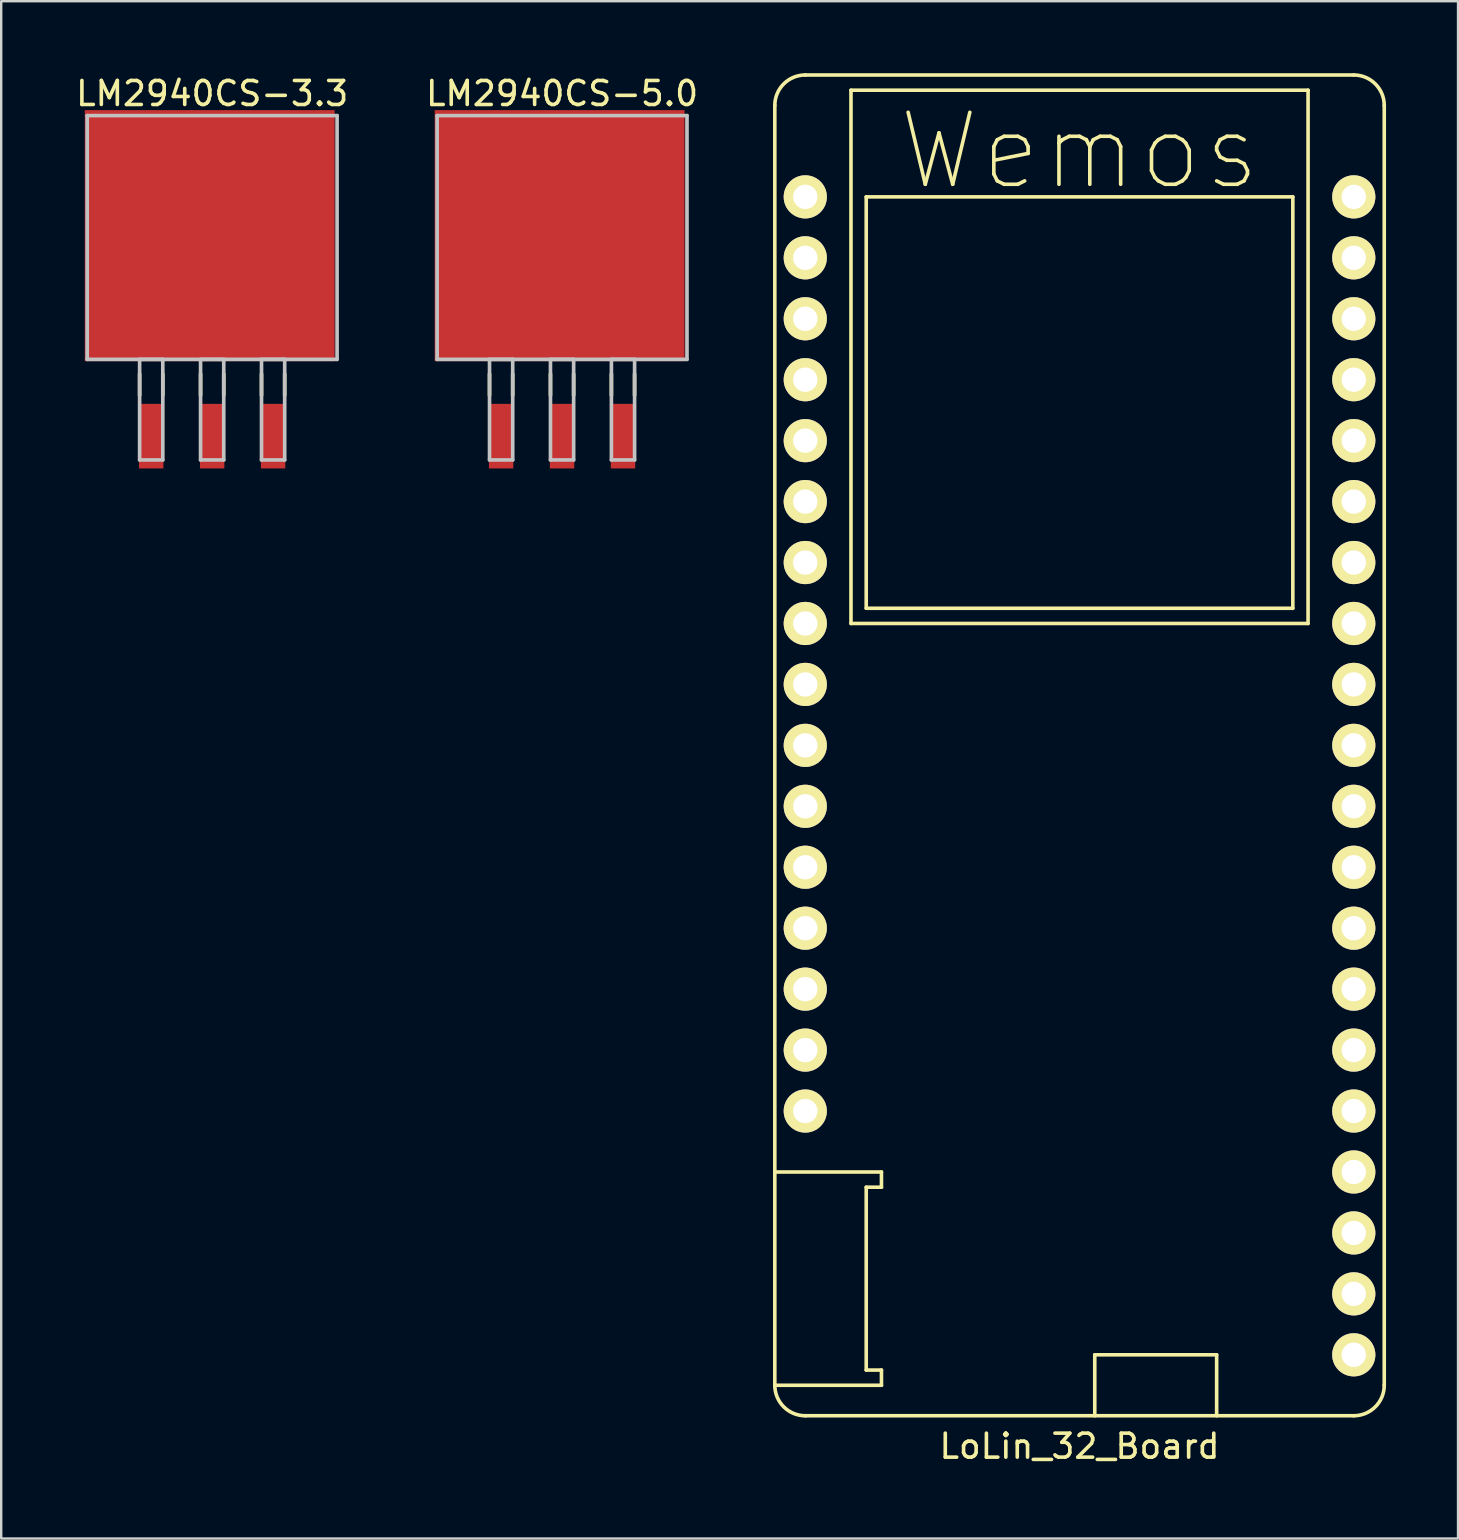
<source format=kicad_pcb>
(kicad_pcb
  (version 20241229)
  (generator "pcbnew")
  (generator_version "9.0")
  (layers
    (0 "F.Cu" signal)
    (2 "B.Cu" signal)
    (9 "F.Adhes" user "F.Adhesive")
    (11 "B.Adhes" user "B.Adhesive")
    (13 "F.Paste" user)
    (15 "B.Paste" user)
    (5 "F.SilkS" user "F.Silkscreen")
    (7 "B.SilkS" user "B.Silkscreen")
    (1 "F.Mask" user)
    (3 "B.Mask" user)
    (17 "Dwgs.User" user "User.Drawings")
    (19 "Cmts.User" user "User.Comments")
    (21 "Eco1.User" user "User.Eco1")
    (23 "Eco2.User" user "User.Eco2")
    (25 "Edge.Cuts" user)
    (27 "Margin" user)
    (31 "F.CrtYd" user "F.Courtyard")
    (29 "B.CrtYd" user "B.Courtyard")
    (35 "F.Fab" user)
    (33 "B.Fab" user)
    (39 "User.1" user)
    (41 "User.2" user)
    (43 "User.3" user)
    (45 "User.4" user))
  (footprint "LM2940CS-5.0"
    (layer "F.Cu")
    (at 20.375 6.848)
    (property "Reference" "LM2940CS-5.0" (at 0 -6 180) (layer "F.SilkS") (effects (font (size 1 1) (thickness 0.15))))
    (attr smd)
    (fp_line (start -3.023 5.69) (end -3.023 6.579) (stroke (width 0.152) (type solid)) (layer "F.SilkS"))
    (fp_line (start -2.057 5.69) (end -2.057 6.579) (stroke (width 0.152) (type solid)) (layer "F.SilkS"))
    (fp_line (start -0.483 5.69) (end -0.483 6.579) (stroke (width 0.152) (type solid)) (layer "F.SilkS"))
    (fp_line (start 0.483 5.69) (end 0.483 6.579) (stroke (width 0.152) (type solid)) (layer "F.SilkS"))
    (fp_line (start 2.057 5.69) (end 2.057 6.579) (stroke (width 0.152) (type solid)) (layer "F.SilkS"))
    (fp_line (start 3.023 5.69) (end 3.023 6.579) (stroke (width 0.152) (type solid)) (layer "F.SilkS"))
    (fp_line (start -5.207 -5.08) (end -5.207 5.08) (stroke (width 0.152) (type solid)) (layer "Dwgs.User"))
    (fp_line (start -5.207 5.08) (end 5.207 5.08) (stroke (width 0.152) (type solid)) (layer "Dwgs.User"))
    (fp_line (start -3.023 5.08) (end -3.023 9.271) (stroke (width 0.152) (type solid)) (layer "Dwgs.User"))
    (fp_line (start -3.023 9.271) (end -2.057 9.271) (stroke (width 0.152) (type solid)) (layer "Dwgs.User"))
    (fp_line (start -2.057 5.08) (end -3.023 5.08) (stroke (width 0.152) (type solid)) (layer "Dwgs.User"))
    (fp_line (start -2.057 9.271) (end -2.057 5.08) (stroke (width 0.152) (type solid)) (layer "Dwgs.User"))
    (fp_line (start -0.483 5.08) (end -0.483 9.271) (stroke (width 0.152) (type solid)) (layer "Dwgs.User"))
    (fp_line (start -0.483 9.271) (end 0.483 9.271) (stroke (width 0.152) (type solid)) (layer "Dwgs.User"))
    (fp_line (start 0.483 5.08) (end -0.483 5.08) (stroke (width 0.152) (type solid)) (layer "Dwgs.User"))
    (fp_line (start 0.483 9.271) (end 0.483 5.08) (stroke (width 0.152) (type solid)) (layer "Dwgs.User"))
    (fp_line (start 2.057 5.08) (end 2.057 9.271) (stroke (width 0.152) (type solid)) (layer "Dwgs.User"))
    (fp_line (start 2.057 9.271) (end 3.023 9.271) (stroke (width 0.152) (type solid)) (layer "Dwgs.User"))
    (fp_line (start 3.023 5.08) (end 2.057 5.08) (stroke (width 0.152) (type solid)) (layer "Dwgs.User"))
    (fp_line (start 3.023 9.271) (end 3.023 5.08) (stroke (width 0.152) (type solid)) (layer "Dwgs.User"))
    (fp_line (start 5.207 -5.08) (end -5.207 -5.08) (stroke (width 0.152) (type solid)) (layer "Dwgs.User"))
    (fp_line (start 5.207 5.08) (end 5.207 -5.08) (stroke (width 0.152) (type solid)) (layer "Dwgs.User"))
    (pad "1" smd rect (at -2.54 8.28) (size 1.016 2.692) (layers "F.Cu" "F.Mask" "F.Paste"))
    (pad "2" smd rect (at 0 8.28) (size 1.016 2.692) (layers "F.Cu" "F.Mask" "F.Paste"))
    (pad "3" smd rect (at 2.54 8.28) (size 1.016 2.692) (layers "F.Cu" "F.Mask" "F.Paste"))
    (pad "4" smd rect (at -0.102 -0.076) (size 10.414 10.465) (layers "F.Cu" "F.Mask" "F.Paste")))
  (footprint "LoLin_32_Board"
    (layer "F.Cu")
    (at 41.942 29.285)
    (property "Reference" "LoLin_32_Board" (at 0 27.94 0) (layer "F.SilkS") (effects (font (size 1 1) (thickness 0.15))))
    (attr through_hole)
    (fp_line (start -12.7 -27.94) (end -12.7 25.4) (stroke (width 0.15) (type solid)) (layer "F.SilkS"))
    (fp_line (start -12.7 16.51) (end -8.255 16.51) (stroke (width 0.15) (type solid)) (layer "F.SilkS"))
    (fp_line (start -11.43 -29.21) (end 11.43 -29.21) (stroke (width 0.15) (type solid)) (layer "F.SilkS"))
    (fp_line (start -11.43 26.67) (end 11.43 26.67) (stroke (width 0.15) (type solid)) (layer "F.SilkS"))
    (fp_line (start -9.525 -28.575) (end -9.525 -6.35) (stroke (width 0.15) (type solid)) (layer "F.SilkS"))
    (fp_line (start -9.525 -6.35) (end 9.525 -6.35) (stroke (width 0.15) (type solid)) (layer "F.SilkS"))
    (fp_line (start -8.89 -24.13) (end -8.89 -6.985) (stroke (width 0.15) (type solid)) (layer "F.SilkS"))
    (fp_line (start -8.89 -6.985) (end 8.89 -6.985) (stroke (width 0.15) (type solid)) (layer "F.SilkS"))
    (fp_line (start -8.89 17.145) (end -8.89 24.765) (stroke (width 0.15) (type solid)) (layer "F.SilkS"))
    (fp_line (start -8.89 24.765) (end -8.255 24.765) (stroke (width 0.15) (type solid)) (layer "F.SilkS"))
    (fp_line (start -8.255 16.51) (end -8.255 17.145) (stroke (width 0.15) (type solid)) (layer "F.SilkS"))
    (fp_line (start -8.255 17.145) (end -8.89 17.145) (stroke (width 0.15) (type solid)) (layer "F.SilkS"))
    (fp_line (start -8.255 24.765) (end -8.255 25.4) (stroke (width 0.15) (type solid)) (layer "F.SilkS"))
    (fp_line (start -8.255 25.4) (end -12.7 25.4) (stroke (width 0.15) (type solid)) (layer "F.SilkS"))
    (fp_line (start 0.635 24.13) (end 5.715 24.13) (stroke (width 0.15) (type solid)) (layer "F.SilkS"))
    (fp_line (start 0.635 26.67) (end 0.635 24.13) (stroke (width 0.15) (type solid)) (layer "F.SilkS"))
    (fp_line (start 5.715 24.13) (end 5.715 26.67) (stroke (width 0.15) (type solid)) (layer "F.SilkS"))
    (fp_line (start 8.89 -24.13) (end -8.89 -24.13) (stroke (width 0.15) (type solid)) (layer "F.SilkS"))
    (fp_line (start 8.89 -6.985) (end 8.89 -24.13) (stroke (width 0.15) (type solid)) (layer "F.SilkS"))
    (fp_line (start 9.525 -28.575) (end -9.525 -28.575) (stroke (width 0.15) (type solid)) (layer "F.SilkS"))
    (fp_line (start 9.525 -6.35) (end 9.525 -28.575) (stroke (width 0.15) (type solid)) (layer "F.SilkS"))
    (fp_line (start 12.7 -27.94) (end 12.7 25.4) (stroke (width 0.15) (type solid)) (layer "F.SilkS"))
    (fp_arc (start -12.7 -27.94) (mid -12.328026 -28.838026) (end -11.43 -29.21) (stroke (width 0.15) (type solid)) (layer "F.SilkS"))
    (fp_arc (start -11.43 26.67) (mid -12.328026 26.298026) (end -12.7 25.4) (stroke (width 0.15) (type solid)) (layer "F.SilkS"))
    (fp_arc (start 11.43 -29.21) (mid 12.328026 -28.838026) (end 12.7 -27.94) (stroke (width 0.15) (type solid)) (layer "F.SilkS"))
    (fp_arc (start 12.7 25.4) (mid 12.328026 26.298026) (end 11.43 26.67) (stroke (width 0.15) (type solid)) (layer "F.SilkS"))
    (fp_text user "Wemos" (at 0 -26.035 0) (layer "F.SilkS") (effects (font (size 3 3) (thickness 0.15))))
    (pad "1" thru_hole circle (at -11.43 -24.13) (size 1.8 1.8) (drill 1.016) (layers "*.Cu" "*.Mask" "F.SilkS"))
    (pad "2" thru_hole circle (at -11.43 -21.59) (size 1.8 1.8) (drill 1.016) (layers "*.Cu" "*.Mask" "F.SilkS"))
    (pad "3" thru_hole circle (at -11.43 -19.05) (size 1.8 1.8) (drill 1.016) (layers "*.Cu" "*.Mask" "F.SilkS"))
    (pad "4" thru_hole circle (at -11.43 -16.51) (size 1.8 1.8) (drill 1.016) (layers "*.Cu" "*.Mask" "F.SilkS"))
    (pad "5" thru_hole circle (at -11.43 -13.97) (size 1.8 1.8) (drill 1.016) (layers "*.Cu" "*.Mask" "F.SilkS"))
    (pad "6" thru_hole circle (at -11.43 -11.43) (size 1.8 1.8) (drill 1.016) (layers "*.Cu" "*.Mask" "F.SilkS"))
    (pad "7" thru_hole circle (at -11.43 -8.89) (size 1.8 1.8) (drill 1.016) (layers "*.Cu" "*.Mask" "F.SilkS"))
    (pad "8" thru_hole circle (at -11.43 -6.35) (size 1.8 1.8) (drill 1.016) (layers "*.Cu" "*.Mask" "F.SilkS"))
    (pad "9" thru_hole circle (at -11.43 -3.81) (size 1.8 1.8) (drill 1.016) (layers "*.Cu" "*.Mask" "F.SilkS"))
    (pad "10" thru_hole circle (at -11.43 -1.27) (size 1.8 1.8) (drill 1.016) (layers "*.Cu" "*.Mask" "F.SilkS"))
    (pad "11" thru_hole circle (at -11.43 1.27) (size 1.8 1.8) (drill 1.016) (layers "*.Cu" "*.Mask" "F.SilkS"))
    (pad "12" thru_hole circle (at -11.43 3.81) (size 1.8 1.8) (drill 1.016) (layers "*.Cu" "*.Mask" "F.SilkS"))
    (pad "13" thru_hole circle (at -11.43 6.35) (size 1.8 1.8) (drill 1.016) (layers "*.Cu" "*.Mask" "F.SilkS"))
    (pad "14" thru_hole circle (at -11.43 8.89) (size 1.8 1.8) (drill 1.016) (layers "*.Cu" "*.Mask" "F.SilkS"))
    (pad "15" thru_hole circle (at -11.43 11.43) (size 1.8 1.8) (drill 1.016) (layers "*.Cu" "*.Mask" "F.SilkS"))
    (pad "16" thru_hole circle (at -11.43 13.97) (size 1.8 1.8) (drill 1.016) (layers "*.Cu" "*.Mask" "F.SilkS"))
    (pad "17" thru_hole circle (at 11.43 -24.13) (size 1.8 1.8) (drill 1.016) (layers "*.Cu" "*.Mask" "F.SilkS"))
    (pad "18" thru_hole circle (at 11.43 -21.59) (size 1.8 1.8) (drill 1.016) (layers "*.Cu" "*.Mask" "F.SilkS"))
    (pad "19" thru_hole circle (at 11.43 -19.05) (size 1.8 1.8) (drill 1.016) (layers "*.Cu" "*.Mask" "F.SilkS"))
    (pad "20" thru_hole circle (at 11.43 -16.51) (size 1.8 1.8) (drill 1.016) (layers "*.Cu" "*.Mask" "F.SilkS"))
    (pad "21" thru_hole circle (at 11.43 -13.97) (size 1.8 1.8) (drill 1.016) (layers "*.Cu" "*.Mask" "F.SilkS"))
    (pad "22" thru_hole circle (at 11.43 -11.43) (size 1.8 1.8) (drill 1.016) (layers "*.Cu" "*.Mask" "F.SilkS"))
    (pad "23" thru_hole circle (at 11.43 -8.89) (size 1.8 1.8) (drill 1.016) (layers "*.Cu" "*.Mask" "F.SilkS"))
    (pad "24" thru_hole circle (at 11.43 -6.35) (size 1.8 1.8) (drill 1.016) (layers "*.Cu" "*.Mask" "F.SilkS"))
    (pad "25" thru_hole circle (at 11.43 -3.81) (size 1.8 1.8) (drill 1.016) (layers "*.Cu" "*.Mask" "F.SilkS"))
    (pad "26" thru_hole circle (at 11.43 -1.27) (size 1.8 1.8) (drill 1.016) (layers "*.Cu" "*.Mask" "F.SilkS"))
    (pad "27" thru_hole circle (at 11.43 1.27) (size 1.8 1.8) (drill 1.016) (layers "*.Cu" "*.Mask" "F.SilkS"))
    (pad "28" thru_hole circle (at 11.43 3.81) (size 1.8 1.8) (drill 1.016) (layers "*.Cu" "*.Mask" "F.SilkS"))
    (pad "29" thru_hole circle (at 11.43 6.35) (size 1.8 1.8) (drill 1.016) (layers "*.Cu" "*.Mask" "F.SilkS"))
    (pad "30" thru_hole circle (at 11.43 8.89) (size 1.8 1.8) (drill 1.016) (layers "*.Cu" "*.Mask" "F.SilkS"))
    (pad "31" thru_hole circle (at 11.43 11.43) (size 1.8 1.8) (drill 1.016) (layers "*.Cu" "*.Mask" "F.SilkS"))
    (pad "32" thru_hole circle (at 11.43 13.97) (size 1.8 1.8) (drill 1.016) (layers "*.Cu" "*.Mask" "F.SilkS"))
    (pad "33" thru_hole circle (at 11.43 16.51) (size 1.8 1.8) (drill 1.016) (layers "*.Cu" "*.Mask" "F.SilkS"))
    (pad "34" thru_hole circle (at 11.43 19.05) (size 1.8 1.8) (drill 1.016) (layers "*.Cu" "*.Mask" "F.SilkS"))
    (pad "35" thru_hole circle (at 11.43 21.59) (size 1.8 1.8) (drill 1.016) (layers "*.Cu" "*.Mask" "F.SilkS"))
    (pad "36" thru_hole circle (at 11.43 24.13) (size 1.8 1.8) (drill 1.016) (layers "*.Cu" "*.Mask" "F.SilkS")))
  (footprint "LM2940CS-3.3"
    (layer "F.Cu")
    (at 5.792 6.848)
    (property "Reference" "LM2940CS-3.3" (at 0 -6 180) (layer "F.SilkS") (effects (font (size 1 1) (thickness 0.15))))
    (attr smd)
    (fp_line (start -3.023 5.69) (end -3.023 6.579) (stroke (width 0.152) (type solid)) (layer "F.SilkS"))
    (fp_line (start -2.057 5.69) (end -2.057 6.579) (stroke (width 0.152) (type solid)) (layer "F.SilkS"))
    (fp_line (start -0.483 5.69) (end -0.483 6.579) (stroke (width 0.152) (type solid)) (layer "F.SilkS"))
    (fp_line (start 0.483 5.69) (end 0.483 6.579) (stroke (width 0.152) (type solid)) (layer "F.SilkS"))
    (fp_line (start 2.057 5.69) (end 2.057 6.579) (stroke (width 0.152) (type solid)) (layer "F.SilkS"))
    (fp_line (start 3.023 5.69) (end 3.023 6.579) (stroke (width 0.152) (type solid)) (layer "F.SilkS"))
    (fp_line (start -5.207 -5.08) (end -5.207 5.08) (stroke (width 0.152) (type solid)) (layer "Dwgs.User"))
    (fp_line (start -5.207 5.08) (end 5.207 5.08) (stroke (width 0.152) (type solid)) (layer "Dwgs.User"))
    (fp_line (start -3.023 5.08) (end -3.023 9.271) (stroke (width 0.152) (type solid)) (layer "Dwgs.User"))
    (fp_line (start -3.023 9.271) (end -2.057 9.271) (stroke (width 0.152) (type solid)) (layer "Dwgs.User"))
    (fp_line (start -2.057 5.08) (end -3.023 5.08) (stroke (width 0.152) (type solid)) (layer "Dwgs.User"))
    (fp_line (start -2.057 9.271) (end -2.057 5.08) (stroke (width 0.152) (type solid)) (layer "Dwgs.User"))
    (fp_line (start -0.483 5.08) (end -0.483 9.271) (stroke (width 0.152) (type solid)) (layer "Dwgs.User"))
    (fp_line (start -0.483 9.271) (end 0.483 9.271) (stroke (width 0.152) (type solid)) (layer "Dwgs.User"))
    (fp_line (start 0.483 5.08) (end -0.483 5.08) (stroke (width 0.152) (type solid)) (layer "Dwgs.User"))
    (fp_line (start 0.483 9.271) (end 0.483 5.08) (stroke (width 0.152) (type solid)) (layer "Dwgs.User"))
    (fp_line (start 2.057 5.08) (end 2.057 9.271) (stroke (width 0.152) (type solid)) (layer "Dwgs.User"))
    (fp_line (start 2.057 9.271) (end 3.023 9.271) (stroke (width 0.152) (type solid)) (layer "Dwgs.User"))
    (fp_line (start 3.023 5.08) (end 2.057 5.08) (stroke (width 0.152) (type solid)) (layer "Dwgs.User"))
    (fp_line (start 3.023 9.271) (end 3.023 5.08) (stroke (width 0.152) (type solid)) (layer "Dwgs.User"))
    (fp_line (start 5.207 -5.08) (end -5.207 -5.08) (stroke (width 0.152) (type solid)) (layer "Dwgs.User"))
    (fp_line (start 5.207 5.08) (end 5.207 -5.08) (stroke (width 0.152) (type solid)) (layer "Dwgs.User"))
    (pad "1" smd rect (at -2.54 8.28) (size 1.016 2.692) (layers "F.Cu" "F.Mask" "F.Paste"))
    (pad "2" smd rect (at 0 8.28) (size 1.016 2.692) (layers "F.Cu" "F.Mask" "F.Paste"))
    (pad "3" smd rect (at 2.54 8.28) (size 1.016 2.692) (layers "F.Cu" "F.Mask" "F.Paste"))
    (pad "4" smd rect (at -0.102 -0.076) (size 10.414 10.465) (layers "F.Cu" "F.Mask" "F.Paste")))
  (gr_rect
    (start -3 -3)
    (end 57.717 61.073)
    (stroke (width 0.1) (type default))
    (fill no)
    (layer "Edge.Cuts")))
</source>
